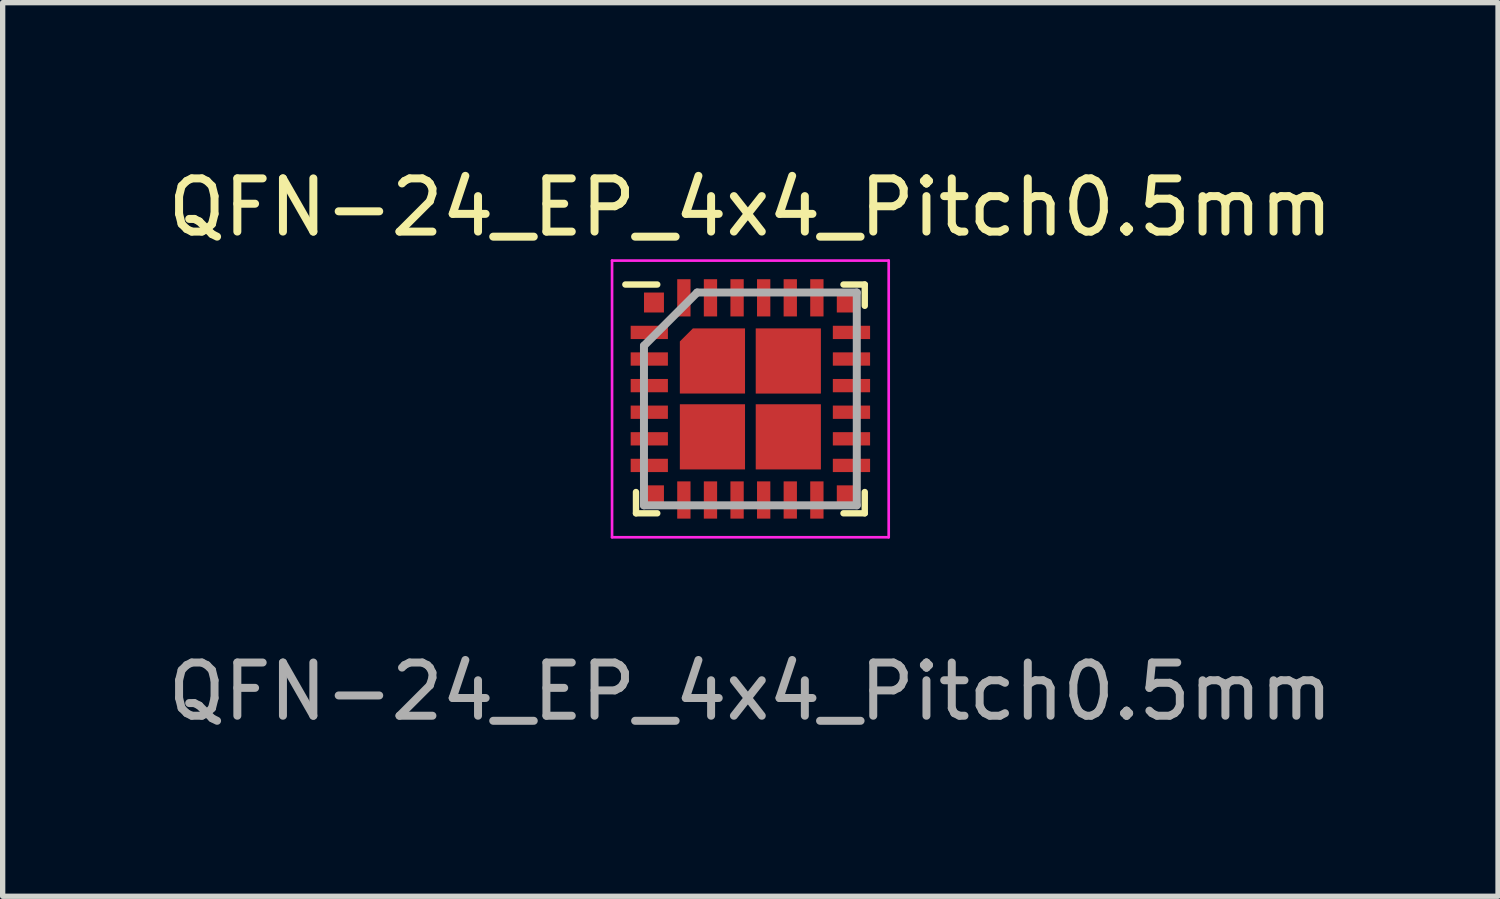
<source format=kicad_pcb>
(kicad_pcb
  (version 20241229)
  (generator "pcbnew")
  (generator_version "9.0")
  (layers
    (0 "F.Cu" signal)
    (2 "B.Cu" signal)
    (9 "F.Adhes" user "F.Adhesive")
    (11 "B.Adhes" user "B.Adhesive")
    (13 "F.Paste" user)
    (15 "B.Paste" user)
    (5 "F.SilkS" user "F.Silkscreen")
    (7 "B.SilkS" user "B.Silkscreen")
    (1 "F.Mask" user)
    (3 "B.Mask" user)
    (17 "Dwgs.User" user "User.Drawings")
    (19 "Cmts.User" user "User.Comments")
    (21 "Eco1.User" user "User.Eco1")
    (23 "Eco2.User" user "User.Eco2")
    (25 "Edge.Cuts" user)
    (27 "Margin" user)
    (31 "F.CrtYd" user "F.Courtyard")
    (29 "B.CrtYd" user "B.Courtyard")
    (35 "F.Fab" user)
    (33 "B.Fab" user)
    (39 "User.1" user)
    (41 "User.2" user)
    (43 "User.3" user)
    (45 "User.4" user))
  (footprint "QFN-24_EP_4x4_Pitch0.5mm"
    (layer "F.Cu")
    (at 11.054 4.448)
    (property "Reference" "QFN-24_EP_4x4_Pitch0.5mm" (at 0 -3.6 0) (layer "F.SilkS") (effects (font (size 1 1) (thickness 0.15))))
    (attr smd)
    (fp_line (start -2.15 2.15) (end -2.15 1.75) (stroke (width 0.12) (type default)) (layer "F.SilkS"))
    (fp_line (start -1.75 -2.15) (end -2.35 -2.15) (stroke (width 0.12) (type default)) (layer "F.SilkS"))
    (fp_line (start -1.75 2.15) (end -2.15 2.15) (stroke (width 0.12) (type default)) (layer "F.SilkS"))
    (fp_line (start 1.75 -2.15) (end 2.15 -2.15) (stroke (width 0.12) (type default)) (layer "F.SilkS"))
    (fp_line (start 1.75 2.15) (end 2.15 2.15) (stroke (width 0.12) (type default)) (layer "F.SilkS"))
    (fp_line (start 2.15 -2.15) (end 2.15 -1.75) (stroke (width 0.12) (type default)) (layer "F.SilkS"))
    (fp_line (start 2.15 2.15) (end 2.15 1.75) (stroke (width 0.12) (type default)) (layer "F.SilkS"))
    (fp_line (start -2.6 -2.6) (end 2.6 -2.6) (stroke (width 0.05) (type default)) (layer "F.CrtYd"))
    (fp_line (start -2.6 2.6) (end -2.6 -2.6) (stroke (width 0.05) (type default)) (layer "F.CrtYd"))
    (fp_line (start 2.6 -2.6) (end 2.6 2.6) (stroke (width 0.05) (type default)) (layer "F.CrtYd"))
    (fp_line (start 2.6 2.6) (end -2.6 2.6) (stroke (width 0.05) (type default)) (layer "F.CrtYd"))
    (fp_line (start -2 -1) (end -2 2) (stroke (width 0.15) (type default)) (layer "F.Fab"))
    (fp_line (start -2 2) (end 2 2) (stroke (width 0.15) (type default)) (layer "F.Fab"))
    (fp_line (start -1 -2) (end -2 -1) (stroke (width 0.15) (type default)) (layer "F.Fab"))
    (fp_line (start 2 -2) (end -1 -2) (stroke (width 0.15) (type default)) (layer "F.Fab"))
    (fp_line (start 2 2) (end 2 -2) (stroke (width 0.15) (type default)) (layer "F.Fab"))
    (fp_text user "${REFERENCE}" (at 0 5.5 0) (layer "F.Fab") (effects (font (size 1 1) (thickness 0.15))))
    (pad "" smd rect (at -0.75 -0.75) (size 0.000001 0.000001) (layers "F.Paste"))
    (pad "" smd rect (at -0.75 -0.25) (size 0.000001 0.000001) (layers "F.Paste"))
    (pad "" smd rect (at -0.75 0.25) (size 0.000001 0.000001) (layers "F.Paste"))
    (pad "" smd rect (at -0.75 0.75) (size 0.000001 0.000001) (layers "F.Paste"))
    (pad "" smd rect (at -0.25 -0.75) (size 0.000001 0.000001) (layers "F.Paste"))
    (pad "" smd rect (at -0.25 -0.25) (size 0.000001 0.000001) (layers "F.Paste"))
    (pad "" smd rect (at -0.25 0.25) (size 0.000001 0.000001) (layers "F.Paste"))
    (pad "" smd rect (at -0.25 0.75) (size 0.000001 0.000001) (layers "F.Paste"))
    (pad "" smd rect (at 0.25 -0.75) (size 0.000001 0.000001) (layers "F.Paste"))
    (pad "" smd rect (at 0.25 -0.25) (size 0.000001 0.000001) (layers "F.Paste"))
    (pad "" smd rect (at 0.25 0.25) (size 0.000001 0.000001) (layers "F.Paste"))
    (pad "" smd rect (at 0.25 0.75) (size 0.000001 0.000001) (layers "F.Paste"))
    (pad "" smd rect (at 0.75 -0.75) (size 0.000001 0.000001) (layers "F.Paste"))
    (pad "" smd rect (at 0.75 -0.25) (size 0.000001 0.000001) (layers "F.Paste"))
    (pad "" smd rect (at 0.75 0.25) (size 0.000001 0.000001) (layers "F.Paste"))
    (pad "" smd rect (at 0.75 0.75) (size 0.000001 0.000001) (layers "F.Paste"))
    (pad "1" smd rect (at -1.9 -1.25 90) (size 0.25 0.7) (layers "F.Cu" "F.Mask" "F.Paste"))
    (pad "2" smd rect (at -1.9 -0.75 90) (size 0.25 0.7) (layers "F.Cu" "F.Mask" "F.Paste"))
    (pad "3" smd rect (at -1.9 -0.25 90) (size 0.25 0.7) (layers "F.Cu" "F.Mask" "F.Paste"))
    (pad "4" smd rect (at -1.9 0.25 90) (size 0.25 0.7) (layers "F.Cu" "F.Mask" "F.Paste"))
    (pad "5" smd rect (at -1.9 0.75 90) (size 0.25 0.7) (layers "F.Cu" "F.Mask" "F.Paste"))
    (pad "6" smd rect (at -1.9 1.25 90) (size 0.25 0.7) (layers "F.Cu" "F.Mask" "F.Paste"))
    (pad "7" smd rect (at -1.25 1.9) (size 0.25 0.7) (layers "F.Cu" "F.Mask" "F.Paste"))
    (pad "8" smd rect (at -0.75 1.9) (size 0.25 0.7) (layers "F.Cu" "F.Mask" "F.Paste"))
    (pad "9" smd rect (at -0.25 1.9) (size 0.25 0.7) (layers "F.Cu" "F.Mask" "F.Paste"))
    (pad "10" smd rect (at 0.25 1.9) (size 0.25 0.7) (layers "F.Cu" "F.Mask" "F.Paste"))
    (pad "11" smd rect (at 0.75 1.9) (size 0.25 0.7) (layers "F.Cu" "F.Mask" "F.Paste"))
    (pad "12" smd rect (at 1.25 1.9) (size 0.25 0.7) (layers "F.Cu" "F.Mask" "F.Paste"))
    (pad "13" smd rect (at 1.9 1.25 90) (size 0.25 0.7) (layers "F.Cu" "F.Mask" "F.Paste"))
    (pad "14" smd rect (at 1.9 0.75 90) (size 0.25 0.7) (layers "F.Cu" "F.Mask" "F.Paste"))
    (pad "15" smd rect (at 1.9 0.25 90) (size 0.25 0.7) (layers "F.Cu" "F.Mask" "F.Paste"))
    (pad "16" smd rect (at 1.9 -0.25 90) (size 0.25 0.7) (layers "F.Cu" "F.Mask" "F.Paste"))
    (pad "17" smd rect (at 1.9 -0.75 90) (size 0.25 0.7) (layers "F.Cu" "F.Mask" "F.Paste"))
    (pad "18" smd rect (at 1.9 -1.25 90) (size 0.25 0.7) (layers "F.Cu" "F.Mask" "F.Paste"))
    (pad "19" smd rect (at 1.25 -1.9) (size 0.25 0.7) (layers "F.Cu" "F.Mask" "F.Paste"))
    (pad "20" smd rect (at 0.75 -1.9) (size 0.25 0.7) (layers "F.Cu" "F.Mask" "F.Paste"))
    (pad "21" smd rect (at 0.25 -1.9) (size 0.25 0.7) (layers "F.Cu" "F.Mask" "F.Paste"))
    (pad "22" smd rect (at -0.25 -1.9) (size 0.25 0.7) (layers "F.Cu" "F.Mask" "F.Paste"))
    (pad "23" smd rect (at -0.75 -1.9) (size 0.25 0.7) (layers "F.Cu" "F.Mask" "F.Paste"))
    (pad "24" smd rect (at -1.25 -1.9) (size 0.25 0.7) (layers "F.Cu" "F.Mask" "F.Paste"))
    (pad "25" smd roundrect (at -0.713 -0.713) (size 1.225 1.225) (layers "F.Cu" "F.Mask") (roundrect_rratio 0) (chamfer_ratio 0.2) (chamfer top_left))
    (pad "26" smd rect (at 0.713 -0.713) (size 1.225 1.225) (layers "F.Cu" "F.Mask"))
    (pad "27" smd rect (at -0.713 0.713) (size 1.225 1.225) (layers "F.Cu" "F.Mask"))
    (pad "28" smd rect (at 0.713 0.713) (size 1.225 1.225) (layers "F.Cu" "F.Mask"))
    (pad "29" smd rect (at -1.812 -1.812) (size 0.375 0.375) (layers "F.Cu" "F.Mask"))
    (pad "30" smd rect (at -1.812 1.812) (size 0.375 0.375) (layers "F.Cu" "F.Mask"))
    (pad "31" smd rect (at 1.812 1.812) (size 0.375 0.375) (layers "F.Cu" "F.Mask"))
    (pad "32" smd rect (at 1.812 -1.812) (size 0.375 0.375) (layers "F.Cu" "F.Mask")))
  (gr_rect
    (start -3 -3)
    (end 25.107 13.796)
    (stroke (width 0.1) (type default))
    (fill no)
    (layer "Edge.Cuts")))
</source>
